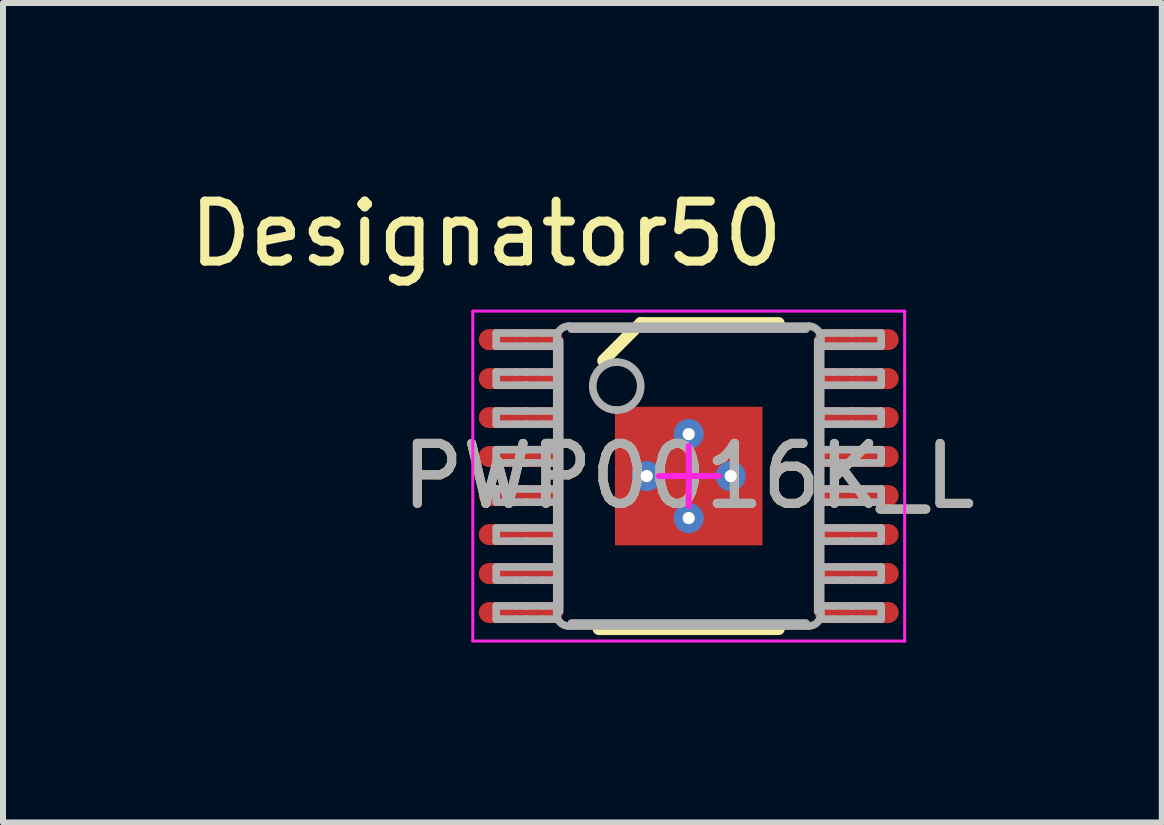
<source format=kicad_pcb>
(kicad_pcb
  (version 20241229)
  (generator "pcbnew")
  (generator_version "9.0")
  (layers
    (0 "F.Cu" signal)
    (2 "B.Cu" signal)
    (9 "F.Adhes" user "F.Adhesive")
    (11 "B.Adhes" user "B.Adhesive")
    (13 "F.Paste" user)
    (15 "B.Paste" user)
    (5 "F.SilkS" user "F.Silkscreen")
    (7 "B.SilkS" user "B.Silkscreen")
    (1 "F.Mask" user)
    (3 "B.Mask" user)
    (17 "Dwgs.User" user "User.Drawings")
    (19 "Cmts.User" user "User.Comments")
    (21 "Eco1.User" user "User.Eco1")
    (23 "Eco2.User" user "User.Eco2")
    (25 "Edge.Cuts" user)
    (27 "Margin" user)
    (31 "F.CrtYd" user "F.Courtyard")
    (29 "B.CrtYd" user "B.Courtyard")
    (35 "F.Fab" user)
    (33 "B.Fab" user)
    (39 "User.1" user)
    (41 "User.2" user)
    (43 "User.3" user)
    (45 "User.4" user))
  (footprint "PWP0016K_L"
    (layer "F.Cu")
    (at 8.432 4.887)
    (property "Reference" "PWP0016K_L" (at 0 0 0) (unlocked yes) (layer "F.SilkS") (effects (font (size 1 1) (thickness 0.15))))
    (attr smd)
    (fp_line (start -1.5 2.55) (end 1.5 2.55) (stroke (width 0.2) (type solid)) (layer "F.SilkS"))
    (fp_line (start -1.425 -1.925) (end -0.8 -2.55) (stroke (width 0.2) (type solid)) (layer "F.SilkS"))
    (fp_line (start -0.8 -2.55) (end 1.5 -2.55) (stroke (width 0.2) (type solid)) (layer "F.SilkS"))
    (fp_line (start -3.6 -2.75) (end 3.6 -2.75) (stroke (width 0.05) (type solid)) (layer "F.CrtYd"))
    (fp_line (start -3.6 2.75) (end -3.6 -2.75) (stroke (width 0.05) (type solid)) (layer "F.CrtYd"))
    (fp_line (start -3.6 2.75) (end 3.6 2.75) (stroke (width 0.05) (type solid)) (layer "F.CrtYd"))
    (fp_line (start -0.5 0.000003) (end 0.5 0.000003) (stroke (width 0.1) (type solid)) (layer "F.CrtYd"))
    (fp_line (start 0 0.5) (end 0 -0.5) (stroke (width 0.1) (type solid)) (layer "F.CrtYd"))
    (fp_line (start 3.6 2.75) (end 3.6 -2.75) (stroke (width 0.05) (type solid)) (layer "F.CrtYd"))
    (fp_line (start -3.209 -2.385) (end -2.871 -2.385) (stroke (width 0.127) (type solid)) (layer "F.Fab"))
    (fp_line (start -3.209 -2.165) (end -3.209 -2.385) (stroke (width 0.127) (type solid)) (layer "F.Fab"))
    (fp_line (start -3.209 -2.165) (end -2.871 -2.165) (stroke (width 0.127) (type solid)) (layer "F.Fab"))
    (fp_line (start -3.209 -1.735) (end -2.871 -1.735) (stroke (width 0.127) (type solid)) (layer "F.Fab"))
    (fp_line (start -3.209 -1.515) (end -3.209 -1.735) (stroke (width 0.127) (type solid)) (layer "F.Fab"))
    (fp_line (start -3.209 -1.515) (end -2.871 -1.515) (stroke (width 0.127) (type solid)) (layer "F.Fab"))
    (fp_line (start -3.209 -1.085) (end -2.871 -1.085) (stroke (width 0.127) (type solid)) (layer "F.Fab"))
    (fp_line (start -3.209 -0.865) (end -3.209 -1.085) (stroke (width 0.127) (type solid)) (layer "F.Fab"))
    (fp_line (start -3.209 -0.865) (end -2.871 -0.865) (stroke (width 0.127) (type solid)) (layer "F.Fab"))
    (fp_line (start -3.209 -0.44) (end -2.871 -0.44) (stroke (width 0.127) (type solid)) (layer "F.Fab"))
    (fp_line (start -3.209 -0.22) (end -3.209 -0.44) (stroke (width 0.127) (type solid)) (layer "F.Fab"))
    (fp_line (start -3.209 -0.22) (end -2.871 -0.22) (stroke (width 0.127) (type solid)) (layer "F.Fab"))
    (fp_line (start -3.209 0.215) (end -2.871 0.215) (stroke (width 0.127) (type solid)) (layer "F.Fab"))
    (fp_line (start -3.209 0.435) (end -3.209 0.215) (stroke (width 0.127) (type solid)) (layer "F.Fab"))
    (fp_line (start -3.209 0.435) (end -2.871 0.435) (stroke (width 0.127) (type solid)) (layer "F.Fab"))
    (fp_line (start -3.209 0.865) (end -2.871 0.865) (stroke (width 0.127) (type solid)) (layer "F.Fab"))
    (fp_line (start -3.209 1.085) (end -3.209 0.865) (stroke (width 0.127) (type solid)) (layer "F.Fab"))
    (fp_line (start -3.209 1.085) (end -2.871 1.085) (stroke (width 0.127) (type solid)) (layer "F.Fab"))
    (fp_line (start -3.209 1.515) (end -2.871 1.515) (stroke (width 0.127) (type solid)) (layer "F.Fab"))
    (fp_line (start -3.209 1.735) (end -3.209 1.515) (stroke (width 0.127) (type solid)) (layer "F.Fab"))
    (fp_line (start -3.209 1.735) (end -2.871 1.735) (stroke (width 0.127) (type solid)) (layer "F.Fab"))
    (fp_line (start -3.209 2.165) (end -2.871 2.165) (stroke (width 0.127) (type solid)) (layer "F.Fab"))
    (fp_line (start -3.209 2.385) (end -3.209 2.165) (stroke (width 0.127) (type solid)) (layer "F.Fab"))
    (fp_line (start -3.209 2.385) (end -2.871 2.385) (stroke (width 0.127) (type solid)) (layer "F.Fab"))
    (fp_line (start -2.871 -2.385) (end -2.723 -2.385) (stroke (width 0.127) (type solid)) (layer "F.Fab"))
    (fp_line (start -2.871 -2.165) (end -2.723 -2.165) (stroke (width 0.127) (type solid)) (layer "F.Fab"))
    (fp_line (start -2.871 -1.735) (end -2.723 -1.735) (stroke (width 0.127) (type solid)) (layer "F.Fab"))
    (fp_line (start -2.871 -1.515) (end -2.723 -1.515) (stroke (width 0.127) (type solid)) (layer "F.Fab"))
    (fp_line (start -2.871 -1.085) (end -2.723 -1.085) (stroke (width 0.127) (type solid)) (layer "F.Fab"))
    (fp_line (start -2.871 -0.865) (end -2.723 -0.865) (stroke (width 0.127) (type solid)) (layer "F.Fab"))
    (fp_line (start -2.871 -0.44) (end -2.723 -0.44) (stroke (width 0.127) (type solid)) (layer "F.Fab"))
    (fp_line (start -2.871 -0.22) (end -2.723 -0.22) (stroke (width 0.127) (type solid)) (layer "F.Fab"))
    (fp_line (start -2.871 0.215) (end -2.723 0.215) (stroke (width 0.127) (type solid)) (layer "F.Fab"))
    (fp_line (start -2.871 0.435) (end -2.723 0.435) (stroke (width 0.127) (type solid)) (layer "F.Fab"))
    (fp_line (start -2.871 0.865) (end -2.723 0.865) (stroke (width 0.127) (type solid)) (layer "F.Fab"))
    (fp_line (start -2.871 1.085) (end -2.723 1.085) (stroke (width 0.127) (type solid)) (layer "F.Fab"))
    (fp_line (start -2.871 1.515) (end -2.723 1.515) (stroke (width 0.127) (type solid)) (layer "F.Fab"))
    (fp_line (start -2.871 1.735) (end -2.723 1.735) (stroke (width 0.127) (type solid)) (layer "F.Fab"))
    (fp_line (start -2.871 2.165) (end -2.723 2.165) (stroke (width 0.127) (type solid)) (layer "F.Fab"))
    (fp_line (start -2.871 2.385) (end -2.723 2.385) (stroke (width 0.127) (type solid)) (layer "F.Fab"))
    (fp_line (start -2.723 -2.385) (end -2.714 -2.385) (stroke (width 0.127) (type solid)) (layer "F.Fab"))
    (fp_line (start -2.723 -2.165) (end -2.714 -2.165) (stroke (width 0.127) (type solid)) (layer "F.Fab"))
    (fp_line (start -2.723 -1.735) (end -2.714 -1.735) (stroke (width 0.127) (type solid)) (layer "F.Fab"))
    (fp_line (start -2.723 -1.515) (end -2.714 -1.515) (stroke (width 0.127) (type solid)) (layer "F.Fab"))
    (fp_line (start -2.723 -1.085) (end -2.714 -1.085) (stroke (width 0.127) (type solid)) (layer "F.Fab"))
    (fp_line (start -2.723 -0.865) (end -2.714 -0.865) (stroke (width 0.127) (type solid)) (layer "F.Fab"))
    (fp_line (start -2.723 -0.44) (end -2.714 -0.44) (stroke (width 0.127) (type solid)) (layer "F.Fab"))
    (fp_line (start -2.723 -0.22) (end -2.714 -0.22) (stroke (width 0.127) (type solid)) (layer "F.Fab"))
    (fp_line (start -2.723 0.215) (end -2.714 0.215) (stroke (width 0.127) (type solid)) (layer "F.Fab"))
    (fp_line (start -2.723 0.435) (end -2.714 0.435) (stroke (width 0.127) (type solid)) (layer "F.Fab"))
    (fp_line (start -2.723 0.865) (end -2.714 0.865) (stroke (width 0.127) (type solid)) (layer "F.Fab"))
    (fp_line (start -2.723 1.085) (end -2.714 1.085) (stroke (width 0.127) (type solid)) (layer "F.Fab"))
    (fp_line (start -2.723 1.515) (end -2.714 1.515) (stroke (width 0.127) (type solid)) (layer "F.Fab"))
    (fp_line (start -2.723 1.735) (end -2.714 1.735) (stroke (width 0.127) (type solid)) (layer "F.Fab"))
    (fp_line (start -2.723 2.165) (end -2.714 2.165) (stroke (width 0.127) (type solid)) (layer "F.Fab"))
    (fp_line (start -2.723 2.385) (end -2.714 2.385) (stroke (width 0.127) (type solid)) (layer "F.Fab"))
    (fp_line (start -2.714 -2.385) (end -2.429 -2.385) (stroke (width 0.127) (type solid)) (layer "F.Fab"))
    (fp_line (start -2.714 -2.165) (end -2.429 -2.165) (stroke (width 0.127) (type solid)) (layer "F.Fab"))
    (fp_line (start -2.714 -1.735) (end -2.429 -1.735) (stroke (width 0.127) (type solid)) (layer "F.Fab"))
    (fp_line (start -2.714 -1.515) (end -2.429 -1.515) (stroke (width 0.127) (type solid)) (layer "F.Fab"))
    (fp_line (start -2.714 -1.085) (end -2.429 -1.085) (stroke (width 0.127) (type solid)) (layer "F.Fab"))
    (fp_line (start -2.714 -0.865) (end -2.429 -0.865) (stroke (width 0.127) (type solid)) (layer "F.Fab"))
    (fp_line (start -2.714 -0.44) (end -2.429 -0.44) (stroke (width 0.127) (type solid)) (layer "F.Fab"))
    (fp_line (start -2.714 -0.22) (end -2.429 -0.22) (stroke (width 0.127) (type solid)) (layer "F.Fab"))
    (fp_line (start -2.714 0.215) (end -2.429 0.215) (stroke (width 0.127) (type solid)) (layer "F.Fab"))
    (fp_line (start -2.714 0.435) (end -2.429 0.435) (stroke (width 0.127) (type solid)) (layer "F.Fab"))
    (fp_line (start -2.714 0.865) (end -2.429 0.865) (stroke (width 0.127) (type solid)) (layer "F.Fab"))
    (fp_line (start -2.714 1.085) (end -2.429 1.085) (stroke (width 0.127) (type solid)) (layer "F.Fab"))
    (fp_line (start -2.714 1.515) (end -2.429 1.515) (stroke (width 0.127) (type solid)) (layer "F.Fab"))
    (fp_line (start -2.714 1.735) (end -2.429 1.735) (stroke (width 0.127) (type solid)) (layer "F.Fab"))
    (fp_line (start -2.714 2.165) (end -2.429 2.165) (stroke (width 0.127) (type solid)) (layer "F.Fab"))
    (fp_line (start -2.714 2.385) (end -2.429 2.385) (stroke (width 0.127) (type solid)) (layer "F.Fab"))
    (fp_line (start -2.429 -2.385) (end -2.2 -2.385) (stroke (width 0.127) (type solid)) (layer "F.Fab"))
    (fp_line (start -2.429 -2.165) (end -2.2 -2.165) (stroke (width 0.127) (type solid)) (layer "F.Fab"))
    (fp_line (start -2.429 -1.735) (end -2.2 -1.735) (stroke (width 0.127) (type solid)) (layer "F.Fab"))
    (fp_line (start -2.429 -1.515) (end -2.2 -1.515) (stroke (width 0.127) (type solid)) (layer "F.Fab"))
    (fp_line (start -2.429 -1.085) (end -2.2 -1.085) (stroke (width 0.127) (type solid)) (layer "F.Fab"))
    (fp_line (start -2.429 -0.865) (end -2.2 -0.865) (stroke (width 0.127) (type solid)) (layer "F.Fab"))
    (fp_line (start -2.429 -0.44) (end -2.2 -0.44) (stroke (width 0.127) (type solid)) (layer "F.Fab"))
    (fp_line (start -2.429 -0.22) (end -2.2 -0.22) (stroke (width 0.127) (type solid)) (layer "F.Fab"))
    (fp_line (start -2.429 0.215) (end -2.2 0.215) (stroke (width 0.127) (type solid)) (layer "F.Fab"))
    (fp_line (start -2.429 0.435) (end -2.2 0.435) (stroke (width 0.127) (type solid)) (layer "F.Fab"))
    (fp_line (start -2.429 0.865) (end -2.2 0.865) (stroke (width 0.127) (type solid)) (layer "F.Fab"))
    (fp_line (start -2.429 1.085) (end -2.2 1.085) (stroke (width 0.127) (type solid)) (layer "F.Fab"))
    (fp_line (start -2.429 1.515) (end -2.2 1.515) (stroke (width 0.127) (type solid)) (layer "F.Fab"))
    (fp_line (start -2.429 1.735) (end -2.2 1.735) (stroke (width 0.127) (type solid)) (layer "F.Fab"))
    (fp_line (start -2.429 2.165) (end -2.2 2.165) (stroke (width 0.127) (type solid)) (layer "F.Fab"))
    (fp_line (start -2.429 2.385) (end -2.2 2.385) (stroke (width 0.127) (type solid)) (layer "F.Fab"))
    (fp_line (start -2.2 -2.165) (end -2.2 -2.385) (stroke (width 0.127) (type solid)) (layer "F.Fab"))
    (fp_line (start -2.2 -1.515) (end -2.2 -1.735) (stroke (width 0.127) (type solid)) (layer "F.Fab"))
    (fp_line (start -2.2 -0.865) (end -2.2 -1.085) (stroke (width 0.127) (type solid)) (layer "F.Fab"))
    (fp_line (start -2.2 -0.22) (end -2.2 -0.44) (stroke (width 0.127) (type solid)) (layer "F.Fab"))
    (fp_line (start -2.2 0.435) (end -2.2 0.215) (stroke (width 0.127) (type solid)) (layer "F.Fab"))
    (fp_line (start -2.2 1.085) (end -2.2 0.865) (stroke (width 0.127) (type solid)) (layer "F.Fab"))
    (fp_line (start -2.2 1.735) (end -2.2 1.515) (stroke (width 0.127) (type solid)) (layer "F.Fab"))
    (fp_line (start -2.2 2.3) (end -2.2 -2.3) (stroke (width 0.127) (type solid)) (layer "F.Fab"))
    (fp_line (start -2.2 2.385) (end -2.2 2.165) (stroke (width 0.127) (type solid)) (layer "F.Fab"))
    (fp_line (start -2.15 2.256) (end -2.15 -2.256) (stroke (width 0.127) (type solid)) (layer "F.Fab"))
    (fp_line (start -2 -2.5) (end 2 -2.5) (stroke (width 0.127) (type solid)) (layer "F.Fab"))
    (fp_line (start -2 2.5) (end 2 2.5) (stroke (width 0.127) (type solid)) (layer "F.Fab"))
    (fp_line (start -1.956 -2.45) (end 1.956 -2.45) (stroke (width 0.127) (type solid)) (layer "F.Fab"))
    (fp_line (start -1.956 2.45) (end 1.956 2.45) (stroke (width 0.127) (type solid)) (layer "F.Fab"))
    (fp_line (start 2.15 2.256) (end 2.15 -2.256) (stroke (width 0.127) (type solid)) (layer "F.Fab"))
    (fp_line (start 2.2 -2.385) (end 2.429 -2.385) (stroke (width 0.127) (type solid)) (layer "F.Fab"))
    (fp_line (start 2.2 -2.165) (end 2.2 -2.385) (stroke (width 0.127) (type solid)) (layer "F.Fab"))
    (fp_line (start 2.2 -2.165) (end 2.429 -2.165) (stroke (width 0.127) (type solid)) (layer "F.Fab"))
    (fp_line (start 2.2 -1.735) (end 2.429 -1.735) (stroke (width 0.127) (type solid)) (layer "F.Fab"))
    (fp_line (start 2.2 -1.515) (end 2.2 -1.735) (stroke (width 0.127) (type solid)) (layer "F.Fab"))
    (fp_line (start 2.2 -1.515) (end 2.429 -1.515) (stroke (width 0.127) (type solid)) (layer "F.Fab"))
    (fp_line (start 2.2 -1.085) (end 2.429 -1.085) (stroke (width 0.127) (type solid)) (layer "F.Fab"))
    (fp_line (start 2.2 -0.865) (end 2.2 -1.085) (stroke (width 0.127) (type solid)) (layer "F.Fab"))
    (fp_line (start 2.2 -0.865) (end 2.429 -0.865) (stroke (width 0.127) (type solid)) (layer "F.Fab"))
    (fp_line (start 2.2 -0.44) (end 2.429 -0.44) (stroke (width 0.127) (type solid)) (layer "F.Fab"))
    (fp_line (start 2.2 -0.22) (end 2.2 -0.44) (stroke (width 0.127) (type solid)) (layer "F.Fab"))
    (fp_line (start 2.2 -0.22) (end 2.429 -0.22) (stroke (width 0.127) (type solid)) (layer "F.Fab"))
    (fp_line (start 2.2 0.215) (end 2.429 0.215) (stroke (width 0.127) (type solid)) (layer "F.Fab"))
    (fp_line (start 2.2 0.435) (end 2.2 0.215) (stroke (width 0.127) (type solid)) (layer "F.Fab"))
    (fp_line (start 2.2 0.435) (end 2.429 0.435) (stroke (width 0.127) (type solid)) (layer "F.Fab"))
    (fp_line (start 2.2 0.865) (end 2.429 0.865) (stroke (width 0.127) (type solid)) (layer "F.Fab"))
    (fp_line (start 2.2 1.085) (end 2.2 0.865) (stroke (width 0.127) (type solid)) (layer "F.Fab"))
    (fp_line (start 2.2 1.085) (end 2.429 1.085) (stroke (width 0.127) (type solid)) (layer "F.Fab"))
    (fp_line (start 2.2 1.515) (end 2.429 1.515) (stroke (width 0.127) (type solid)) (layer "F.Fab"))
    (fp_line (start 2.2 1.735) (end 2.2 1.515) (stroke (width 0.127) (type solid)) (layer "F.Fab"))
    (fp_line (start 2.2 1.735) (end 2.429 1.735) (stroke (width 0.127) (type solid)) (layer "F.Fab"))
    (fp_line (start 2.2 2.165) (end 2.429 2.165) (stroke (width 0.127) (type solid)) (layer "F.Fab"))
    (fp_line (start 2.2 2.3) (end 2.2 -2.3) (stroke (width 0.127) (type solid)) (layer "F.Fab"))
    (fp_line (start 2.2 2.385) (end 2.2 2.165) (stroke (width 0.127) (type solid)) (layer "F.Fab"))
    (fp_line (start 2.2 2.385) (end 2.429 2.385) (stroke (width 0.127) (type solid)) (layer "F.Fab"))
    (fp_line (start 2.429 -2.385) (end 2.714 -2.385) (stroke (width 0.127) (type solid)) (layer "F.Fab"))
    (fp_line (start 2.429 -2.165) (end 2.714 -2.165) (stroke (width 0.127) (type solid)) (layer "F.Fab"))
    (fp_line (start 2.429 -1.735) (end 2.714 -1.735) (stroke (width 0.127) (type solid)) (layer "F.Fab"))
    (fp_line (start 2.429 -1.515) (end 2.714 -1.515) (stroke (width 0.127) (type solid)) (layer "F.Fab"))
    (fp_line (start 2.429 -1.085) (end 2.714 -1.085) (stroke (width 0.127) (type solid)) (layer "F.Fab"))
    (fp_line (start 2.429 -0.865) (end 2.714 -0.865) (stroke (width 0.127) (type solid)) (layer "F.Fab"))
    (fp_line (start 2.429 -0.44) (end 2.714 -0.44) (stroke (width 0.127) (type solid)) (layer "F.Fab"))
    (fp_line (start 2.429 -0.22) (end 2.714 -0.22) (stroke (width 0.127) (type solid)) (layer "F.Fab"))
    (fp_line (start 2.429 0.215) (end 2.714 0.215) (stroke (width 0.127) (type solid)) (layer "F.Fab"))
    (fp_line (start 2.429 0.435) (end 2.714 0.435) (stroke (width 0.127) (type solid)) (layer "F.Fab"))
    (fp_line (start 2.429 0.865) (end 2.714 0.865) (stroke (width 0.127) (type solid)) (layer "F.Fab"))
    (fp_line (start 2.429 1.085) (end 2.714 1.085) (stroke (width 0.127) (type solid)) (layer "F.Fab"))
    (fp_line (start 2.429 1.515) (end 2.714 1.515) (stroke (width 0.127) (type solid)) (layer "F.Fab"))
    (fp_line (start 2.429 1.735) (end 2.714 1.735) (stroke (width 0.127) (type solid)) (layer "F.Fab"))
    (fp_line (start 2.429 2.165) (end 2.714 2.165) (stroke (width 0.127) (type solid)) (layer "F.Fab"))
    (fp_line (start 2.429 2.385) (end 2.714 2.385) (stroke (width 0.127) (type solid)) (layer "F.Fab"))
    (fp_line (start 2.714 -2.385) (end 2.723 -2.385) (stroke (width 0.127) (type solid)) (layer "F.Fab"))
    (fp_line (start 2.714 -2.165) (end 2.723 -2.165) (stroke (width 0.127) (type solid)) (layer "F.Fab"))
    (fp_line (start 2.714 -1.735) (end 2.723 -1.735) (stroke (width 0.127) (type solid)) (layer "F.Fab"))
    (fp_line (start 2.714 -1.515) (end 2.723 -1.515) (stroke (width 0.127) (type solid)) (layer "F.Fab"))
    (fp_line (start 2.714 -1.085) (end 2.723 -1.085) (stroke (width 0.127) (type solid)) (layer "F.Fab"))
    (fp_line (start 2.714 -0.865) (end 2.723 -0.865) (stroke (width 0.127) (type solid)) (layer "F.Fab"))
    (fp_line (start 2.714 -0.44) (end 2.723 -0.44) (stroke (width 0.127) (type solid)) (layer "F.Fab"))
    (fp_line (start 2.714 -0.22) (end 2.723 -0.22) (stroke (width 0.127) (type solid)) (layer "F.Fab"))
    (fp_line (start 2.714 0.215) (end 2.723 0.215) (stroke (width 0.127) (type solid)) (layer "F.Fab"))
    (fp_line (start 2.714 0.435) (end 2.723 0.435) (stroke (width 0.127) (type solid)) (layer "F.Fab"))
    (fp_line (start 2.714 0.865) (end 2.723 0.865) (stroke (width 0.127) (type solid)) (layer "F.Fab"))
    (fp_line (start 2.714 1.085) (end 2.723 1.085) (stroke (width 0.127) (type solid)) (layer "F.Fab"))
    (fp_line (start 2.714 1.515) (end 2.723 1.515) (stroke (width 0.127) (type solid)) (layer "F.Fab"))
    (fp_line (start 2.714 1.735) (end 2.723 1.735) (stroke (width 0.127) (type solid)) (layer "F.Fab"))
    (fp_line (start 2.714 2.165) (end 2.723 2.165) (stroke (width 0.127) (type solid)) (layer "F.Fab"))
    (fp_line (start 2.714 2.385) (end 2.723 2.385) (stroke (width 0.127) (type solid)) (layer "F.Fab"))
    (fp_line (start 2.723 -2.385) (end 2.871 -2.385) (stroke (width 0.127) (type solid)) (layer "F.Fab"))
    (fp_line (start 2.723 -2.165) (end 2.871 -2.165) (stroke (width 0.127) (type solid)) (layer "F.Fab"))
    (fp_line (start 2.723 -1.735) (end 2.871 -1.735) (stroke (width 0.127) (type solid)) (layer "F.Fab"))
    (fp_line (start 2.723 -1.515) (end 2.871 -1.515) (stroke (width 0.127) (type solid)) (layer "F.Fab"))
    (fp_line (start 2.723 -1.085) (end 2.871 -1.085) (stroke (width 0.127) (type solid)) (layer "F.Fab"))
    (fp_line (start 2.723 -0.865) (end 2.871 -0.865) (stroke (width 0.127) (type solid)) (layer "F.Fab"))
    (fp_line (start 2.723 -0.44) (end 2.871 -0.44) (stroke (width 0.127) (type solid)) (layer "F.Fab"))
    (fp_line (start 2.723 -0.22) (end 2.871 -0.22) (stroke (width 0.127) (type solid)) (layer "F.Fab"))
    (fp_line (start 2.723 0.215) (end 2.871 0.215) (stroke (width 0.127) (type solid)) (layer "F.Fab"))
    (fp_line (start 2.723 0.435) (end 2.871 0.435) (stroke (width 0.127) (type solid)) (layer "F.Fab"))
    (fp_line (start 2.723 0.865) (end 2.871 0.865) (stroke (width 0.127) (type solid)) (layer "F.Fab"))
    (fp_line (start 2.723 1.085) (end 2.871 1.085) (stroke (width 0.127) (type solid)) (layer "F.Fab"))
    (fp_line (start 2.723 1.515) (end 2.871 1.515) (stroke (width 0.127) (type solid)) (layer "F.Fab"))
    (fp_line (start 2.723 1.735) (end 2.871 1.735) (stroke (width 0.127) (type solid)) (layer "F.Fab"))
    (fp_line (start 2.723 2.165) (end 2.871 2.165) (stroke (width 0.127) (type solid)) (layer "F.Fab"))
    (fp_line (start 2.723 2.385) (end 2.871 2.385) (stroke (width 0.127) (type solid)) (layer "F.Fab"))
    (fp_line (start 2.871 -2.385) (end 3.209 -2.385) (stroke (width 0.127) (type solid)) (layer "F.Fab"))
    (fp_line (start 2.871 -2.165) (end 3.209 -2.165) (stroke (width 0.127) (type solid)) (layer "F.Fab"))
    (fp_line (start 2.871 -1.735) (end 3.209 -1.735) (stroke (width 0.127) (type solid)) (layer "F.Fab"))
    (fp_line (start 2.871 -1.515) (end 3.209 -1.515) (stroke (width 0.127) (type solid)) (layer "F.Fab"))
    (fp_line (start 2.871 -1.085) (end 3.209 -1.085) (stroke (width 0.127) (type solid)) (layer "F.Fab"))
    (fp_line (start 2.871 -0.865) (end 3.209 -0.865) (stroke (width 0.127) (type solid)) (layer "F.Fab"))
    (fp_line (start 2.871 -0.44) (end 3.209 -0.44) (stroke (width 0.127) (type solid)) (layer "F.Fab"))
    (fp_line (start 2.871 -0.22) (end 3.209 -0.22) (stroke (width 0.127) (type solid)) (layer "F.Fab"))
    (fp_line (start 2.871 0.215) (end 3.209 0.215) (stroke (width 0.127) (type solid)) (layer "F.Fab"))
    (fp_line (start 2.871 0.435) (end 3.209 0.435) (stroke (width 0.127) (type solid)) (layer "F.Fab"))
    (fp_line (start 2.871 0.865) (end 3.209 0.865) (stroke (width 0.127) (type solid)) (layer "F.Fab"))
    (fp_line (start 2.871 1.085) (end 3.209 1.085) (stroke (width 0.127) (type solid)) (layer "F.Fab"))
    (fp_line (start 2.871 1.515) (end 3.209 1.515) (stroke (width 0.127) (type solid)) (layer "F.Fab"))
    (fp_line (start 2.871 1.735) (end 3.209 1.735) (stroke (width 0.127) (type solid)) (layer "F.Fab"))
    (fp_line (start 2.871 2.165) (end 3.209 2.165) (stroke (width 0.127) (type solid)) (layer "F.Fab"))
    (fp_line (start 2.871 2.385) (end 3.209 2.385) (stroke (width 0.127) (type solid)) (layer "F.Fab"))
    (fp_line (start 3.209 -2.165) (end 3.209 -2.385) (stroke (width 0.127) (type solid)) (layer "F.Fab"))
    (fp_line (start 3.209 -1.515) (end 3.209 -1.735) (stroke (width 0.127) (type solid)) (layer "F.Fab"))
    (fp_line (start 3.209 -0.865) (end 3.209 -1.085) (stroke (width 0.127) (type solid)) (layer "F.Fab"))
    (fp_line (start 3.209 -0.22) (end 3.209 -0.44) (stroke (width 0.127) (type solid)) (layer "F.Fab"))
    (fp_line (start 3.209 0.435) (end 3.209 0.215) (stroke (width 0.127) (type solid)) (layer "F.Fab"))
    (fp_line (start 3.209 1.085) (end 3.209 0.865) (stroke (width 0.127) (type solid)) (layer "F.Fab"))
    (fp_line (start 3.209 1.735) (end 3.209 1.515) (stroke (width 0.127) (type solid)) (layer "F.Fab"))
    (fp_line (start 3.209 2.385) (end 3.209 2.165) (stroke (width 0.127) (type solid)) (layer "F.Fab"))
    (fp_arc (start -2.200001 -2.300015) (mid -2.141422 -2.441437) (end -2.000001 -2.500015) (stroke (width 0.127) (type solid)) (layer "F.Fab"))
    (fp_arc (start -2.000001 2.5) (mid -2.141422 2.441422) (end -2.200001 2.3) (stroke (width 0.127) (type solid)) (layer "F.Fab"))
    (fp_arc (start -1.200003 -1.900017) (mid -0.800003 -1.500017) (end -1.200003 -1.100018) (stroke (width 0.127) (type solid)) (layer "F.Fab"))
    (fp_arc (start -1.200003 -1.100018) (mid -1.600002 -1.500017) (end -1.200003 -1.900017) (stroke (width 0.127) (type solid)) (layer "F.Fab"))
    (fp_arc (start 1.999991 -2.500015) (mid 2.141412 -2.441437) (end 2.199991 -2.300016) (stroke (width 0.127) (type solid)) (layer "F.Fab"))
    (fp_arc (start 2.199991 2.3) (mid 2.141412 2.441422) (end 1.999991 2.5) (stroke (width 0.127) (type solid)) (layer "F.Fab"))
    (fp_text user "Designator50" (at -3.378 -4.039 0) (unlocked yes) (layer "F.SilkS") (effects (font (size 1 1) (thickness 0.15))))
    (fp_text user "${REFERENCE}" (at 0 0 0) (unlocked yes) (layer "F.Fab") (effects (font (size 1 1) (thickness 0.15))))
    (pad "1" smd oval (at -2.8 -2.275 90) (size 0.35 1.4) (layers "F.Cu" "F.Mask" "F.Paste"))
    (pad "2" smd oval (at -2.8 -1.625 90) (size 0.35 1.4) (layers "F.Cu" "F.Mask" "F.Paste"))
    (pad "3" smd oval (at -2.8 -0.975 90) (size 0.35 1.4) (layers "F.Cu" "F.Mask" "F.Paste"))
    (pad "4" smd oval (at -2.8 -0.325 90) (size 0.35 1.4) (layers "F.Cu" "F.Mask" "F.Paste"))
    (pad "5" smd oval (at -2.8 0.325 90) (size 0.35 1.4) (layers "F.Cu" "F.Mask" "F.Paste"))
    (pad "6" smd oval (at -2.8 0.975 90) (size 0.35 1.4) (layers "F.Cu" "F.Mask" "F.Paste"))
    (pad "7" smd oval (at -2.8 1.625 90) (size 0.35 1.4) (layers "F.Cu" "F.Mask" "F.Paste"))
    (pad "8" smd oval (at -2.8 2.275 90) (size 0.35 1.4) (layers "F.Cu" "F.Mask" "F.Paste"))
    (pad "9" smd oval (at 2.8 2.275 90) (size 0.35 1.4) (layers "F.Cu" "F.Mask" "F.Paste"))
    (pad "10" smd oval (at 2.8 1.625 90) (size 0.35 1.4) (layers "F.Cu" "F.Mask" "F.Paste"))
    (pad "11" smd oval (at 2.8 0.975 90) (size 0.35 1.4) (layers "F.Cu" "F.Mask" "F.Paste"))
    (pad "12" smd oval (at 2.8 0.325 90) (size 0.35 1.4) (layers "F.Cu" "F.Mask" "F.Paste"))
    (pad "13" smd oval (at 2.8 -0.325 90) (size 0.35 1.4) (layers "F.Cu" "F.Mask" "F.Paste"))
    (pad "14" smd oval (at 2.8 -0.975 90) (size 0.35 1.4) (layers "F.Cu" "F.Mask" "F.Paste"))
    (pad "15" smd oval (at 2.8 -1.625 90) (size 0.35 1.4) (layers "F.Cu" "F.Mask" "F.Paste"))
    (pad "16" smd oval (at 2.8 -2.275 90) (size 0.35 1.4) (layers "F.Cu" "F.Mask" "F.Paste"))
    (pad "17" smd rect (at 0 0) (size 2.46 2.31) (layers "F.Cu" "F.Mask" "F.Paste"))
    (pad "V" thru_hole circle (at -0.7 0) (size 0.5 0.5) (drill 0.203) (layers "*.Cu" "*.Mask"))
    (pad "V" thru_hole circle (at 0 -0.7) (size 0.5 0.5) (drill 0.203) (layers "*.Cu" "*.Mask"))
    (pad "V" thru_hole circle (at 0 0.7) (size 0.5 0.5) (drill 0.203) (layers "*.Cu" "*.Mask"))
    (pad "V" thru_hole circle (at 0.7 0) (size 0.5 0.5) (drill 0.203) (layers "*.Cu" "*.Mask")))
  (gr_rect
    (start -3 -3)
    (end 16.319 10.662)
    (stroke (width 0.1) (type default))
    (fill no)
    (layer "Edge.Cuts")))
</source>
